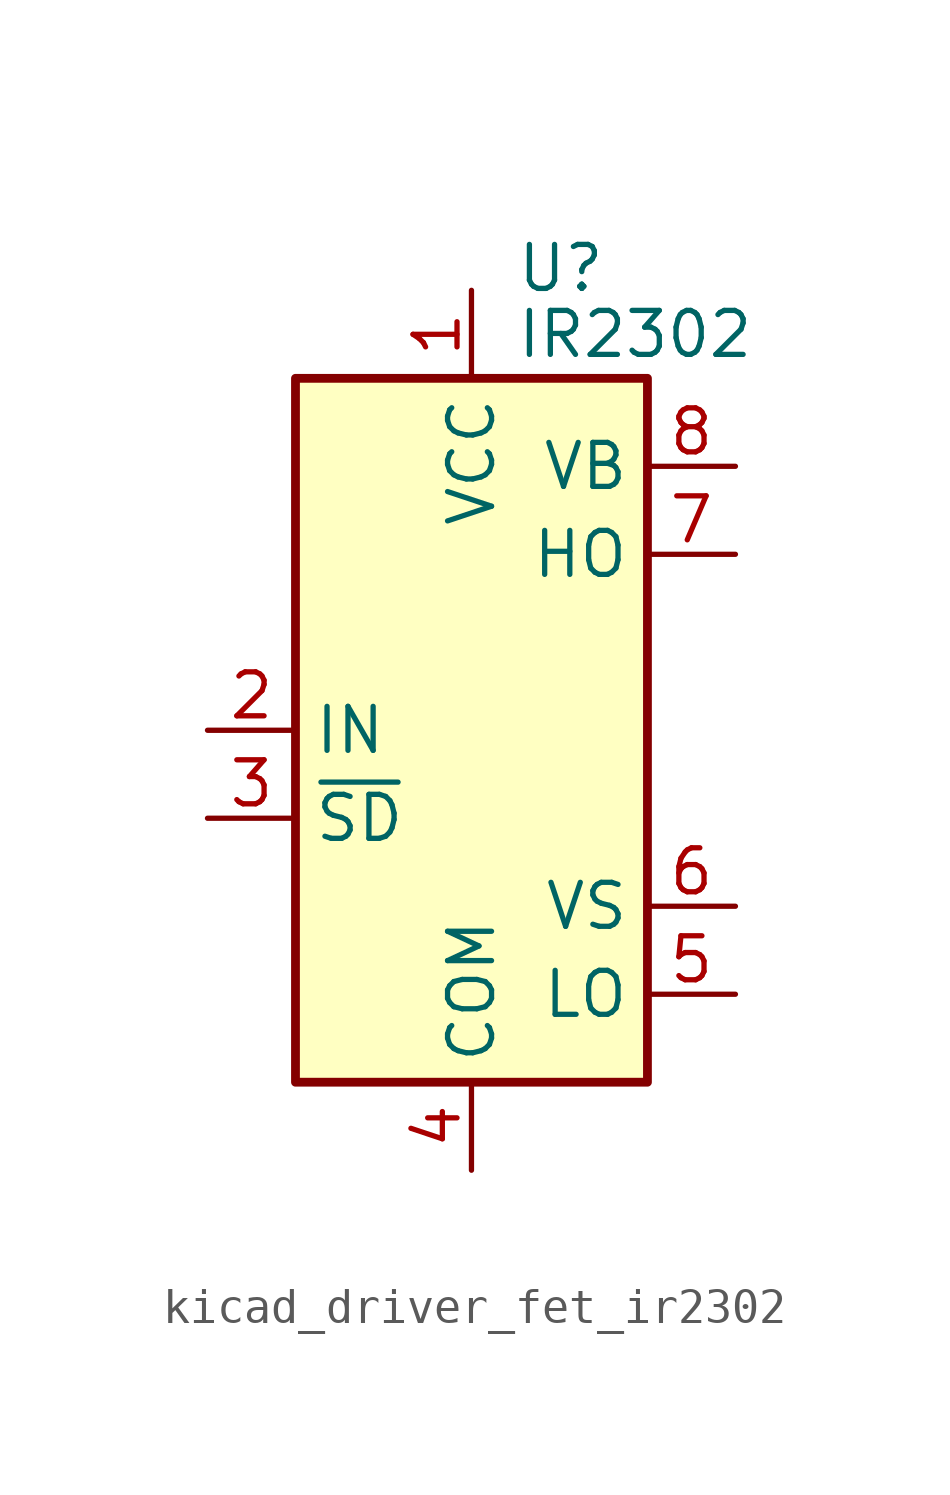
<source format=kicad_sym>
(kicad_symbol_lib
  (version 20220914)
  (generator kicad_symbol_editor)
  (symbol "kicad_driver_fet_ir2302"
    (property "Reference" "U"
      (at 1.27 13.335 0)
      (effects (font (size 1.27 1.27)) (justify left)))
    (property "Value" "IR2302"
      (at 1.27 11.43 0)
      (effects (font (size 1.27 1.27)) (justify left)))
    (symbol "kicad_driver_fet_ir2302_0_1"
      (rectangle (start -5.08 -10.16) (end 5.08 10.16) (stroke (width 0.254) (type default)) (fill (type background))))
    (symbol "kicad_driver_fet_ir2302_1_1"
      (pin power_in line (at 0 12.7 270) (length 2.54) (name "VCC" (effects (font (size 1.27 1.27)))) (number "1" (effects (font (size 1.27 1.27)))))
      (pin input line (at -7.62 0 0) (length 2.54) (name "IN" (effects (font (size 1.27 1.27)))) (number "2" (effects (font (size 1.27 1.27)))))
      (pin input line (at -7.62 -2.54 0) (length 2.54) (name "~{SD}" (effects (font (size 1.27 1.27)))) (number "3" (effects (font (size 1.27 1.27)))))
      (pin power_in line (at 0 -12.7 90) (length 2.54) (name "COM" (effects (font (size 1.27 1.27)))) (number "4" (effects (font (size 1.27 1.27)))))
      (pin output line (at 7.62 -7.62 180) (length 2.54) (name "LO" (effects (font (size 1.27 1.27)))) (number "5" (effects (font (size 1.27 1.27)))))
      (pin passive line (at 7.62 -5.08 180) (length 2.54) (name "VS" (effects (font (size 1.27 1.27)))) (number "6" (effects (font (size 1.27 1.27)))))
      (pin output line (at 7.62 5.08 180) (length 2.54) (name "HO" (effects (font (size 1.27 1.27)))) (number "7" (effects (font (size 1.27 1.27)))))
      (pin passive line (at 7.62 7.62 180) (length 2.54) (name "VB" (effects (font (size 1.27 1.27)))) (number "8" (effects (font (size 1.27 1.27))))))))
</source>
